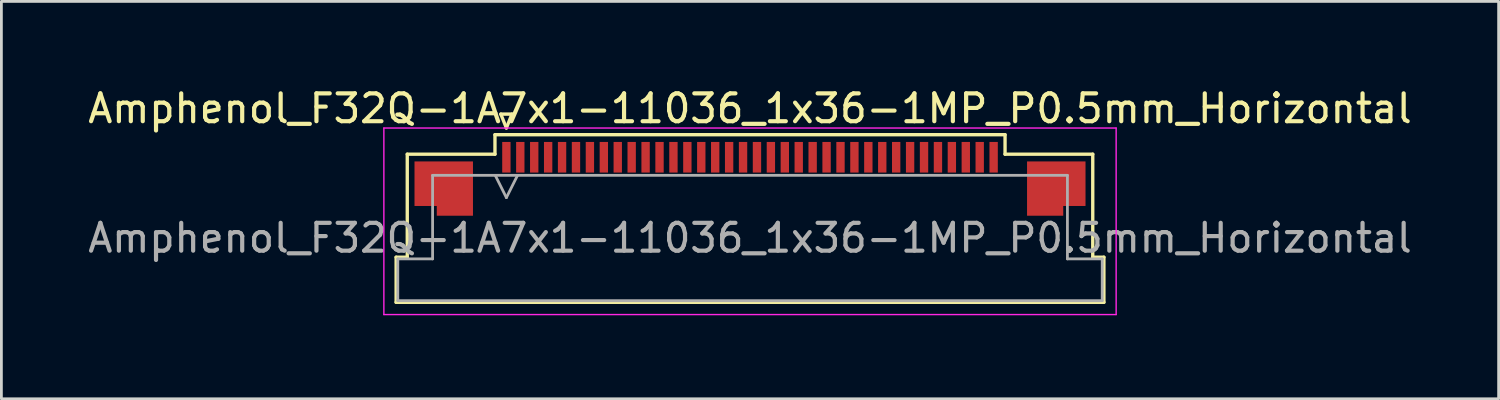
<source format=kicad_pcb>
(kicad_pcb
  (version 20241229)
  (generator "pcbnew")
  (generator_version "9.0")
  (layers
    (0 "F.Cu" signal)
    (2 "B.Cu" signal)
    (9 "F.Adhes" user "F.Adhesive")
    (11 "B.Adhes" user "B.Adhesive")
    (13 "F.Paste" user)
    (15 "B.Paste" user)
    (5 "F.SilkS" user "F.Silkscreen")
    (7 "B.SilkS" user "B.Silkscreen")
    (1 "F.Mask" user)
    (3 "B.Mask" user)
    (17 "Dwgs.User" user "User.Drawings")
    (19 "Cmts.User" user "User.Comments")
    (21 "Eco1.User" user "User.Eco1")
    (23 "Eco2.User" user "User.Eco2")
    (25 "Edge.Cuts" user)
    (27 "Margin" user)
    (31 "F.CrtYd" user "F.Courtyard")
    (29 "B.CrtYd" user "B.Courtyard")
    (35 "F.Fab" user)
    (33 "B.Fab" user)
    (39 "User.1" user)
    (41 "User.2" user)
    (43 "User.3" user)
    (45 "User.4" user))
  (footprint "Amphenol_F32Q-1A7x1-11036_1x36-1MP_P0.5mm_Horizontal"
    (layer "F.Cu")
    (at 23.887 5.498)
    (property "Reference" "Amphenol_F32Q-1A7x1-11036_1x36-1MP_P0.5mm_Horizontal" (at 0 -4.65 0) (layer "F.SilkS") (effects (font (size 1 1) (thickness 0.15))))
    (attr smd)
    (fp_line (start -12.71 0.69) (end -12.31 0.69) (stroke (width 0.12) (type solid)) (layer "F.SilkS"))
    (fp_line (start -12.71 2.31) (end -12.71 0.69) (stroke (width 0.12) (type solid)) (layer "F.SilkS"))
    (fp_line (start -12.31 -3.01) (end -9.16 -3.01) (stroke (width 0.12) (type solid)) (layer "F.SilkS"))
    (fp_line (start -12.31 0.69) (end -12.31 -3.01) (stroke (width 0.12) (type solid)) (layer "F.SilkS"))
    (fp_line (start -9.16 -3.71) (end 9.16 -3.71) (stroke (width 0.12) (type solid)) (layer "F.SilkS"))
    (fp_line (start -9.16 -3.01) (end -9.16 -3.71) (stroke (width 0.12) (type solid)) (layer "F.SilkS"))
    (fp_line (start -8.95 -4.45) (end -8.75 -3.95) (stroke (width 0.12) (type solid)) (layer "F.SilkS"))
    (fp_line (start -8.75 -3.95) (end -8.55 -4.45) (stroke (width 0.12) (type solid)) (layer "F.SilkS"))
    (fp_line (start -8.55 -4.45) (end -8.95 -4.45) (stroke (width 0.12) (type solid)) (layer "F.SilkS"))
    (fp_line (start 9.16 -3.71) (end 9.16 -3.01) (stroke (width 0.12) (type solid)) (layer "F.SilkS"))
    (fp_line (start 9.16 -3.01) (end 12.31 -3.01) (stroke (width 0.12) (type solid)) (layer "F.SilkS"))
    (fp_line (start 12.31 -3.01) (end 12.31 0.69) (stroke (width 0.12) (type solid)) (layer "F.SilkS"))
    (fp_line (start 12.31 0.69) (end 12.71 0.69) (stroke (width 0.12) (type solid)) (layer "F.SilkS"))
    (fp_line (start 12.71 0.69) (end 12.71 2.31) (stroke (width 0.12) (type solid)) (layer "F.SilkS"))
    (fp_line (start 12.71 2.31) (end -12.71 2.31) (stroke (width 0.12) (type solid)) (layer "F.SilkS"))
    (fp_line (start -13.15 -3.95) (end -13.15 2.75) (stroke (width 0.05) (type solid)) (layer "F.CrtYd"))
    (fp_line (start -13.15 2.75) (end 13.15 2.75) (stroke (width 0.05) (type solid)) (layer "F.CrtYd"))
    (fp_line (start 13.15 -3.95) (end -13.15 -3.95) (stroke (width 0.05) (type solid)) (layer "F.CrtYd"))
    (fp_line (start 13.15 2.75) (end 13.15 -3.95) (stroke (width 0.05) (type solid)) (layer "F.CrtYd"))
    (fp_line (start -12.65 0.75) (end -11.4 0.75) (stroke (width 0.1) (type solid)) (layer "F.Fab"))
    (fp_line (start -12.65 2.25) (end -12.65 0.75) (stroke (width 0.1) (type solid)) (layer "F.Fab"))
    (fp_line (start -11.4 -2.25) (end 11.4 -2.25) (stroke (width 0.1) (type solid)) (layer "F.Fab"))
    (fp_line (start -11.4 0.75) (end -11.4 -2.25) (stroke (width 0.1) (type solid)) (layer "F.Fab"))
    (fp_line (start -9.15 -2.25) (end -8.75 -1.45) (stroke (width 0.1) (type solid)) (layer "F.Fab"))
    (fp_line (start -8.75 -1.45) (end -8.35 -2.25) (stroke (width 0.1) (type solid)) (layer "F.Fab"))
    (fp_line (start 11.4 -2.25) (end 11.4 0.75) (stroke (width 0.1) (type solid)) (layer "F.Fab"))
    (fp_line (start 11.4 0.75) (end 12.65 0.75) (stroke (width 0.1) (type solid)) (layer "F.Fab"))
    (fp_line (start 12.65 0.75) (end 12.65 2.25) (stroke (width 0.1) (type solid)) (layer "F.Fab"))
    (fp_line (start 12.65 2.25) (end -12.65 2.25) (stroke (width 0.1) (type solid)) (layer "F.Fab"))
    (fp_text user "${REFERENCE}" (at 0 0 0) (layer "F.Fab") (effects (font (size 1 1) (thickness 0.15))))
    (pad "1" smd rect (at -8.75 -2.9) (size 0.3 1.1) (layers "F.Cu" "F.Mask" "F.Paste"))
    (pad "2" smd rect (at -8.25 -2.9) (size 0.3 1.1) (layers "F.Cu" "F.Mask" "F.Paste"))
    (pad "3" smd rect (at -7.75 -2.9) (size 0.3 1.1) (layers "F.Cu" "F.Mask" "F.Paste"))
    (pad "4" smd rect (at -7.25 -2.9) (size 0.3 1.1) (layers "F.Cu" "F.Mask" "F.Paste"))
    (pad "5" smd rect (at -6.75 -2.9) (size 0.3 1.1) (layers "F.Cu" "F.Mask" "F.Paste"))
    (pad "6" smd rect (at -6.25 -2.9) (size 0.3 1.1) (layers "F.Cu" "F.Mask" "F.Paste"))
    (pad "7" smd rect (at -5.75 -2.9) (size 0.3 1.1) (layers "F.Cu" "F.Mask" "F.Paste"))
    (pad "8" smd rect (at -5.25 -2.9) (size 0.3 1.1) (layers "F.Cu" "F.Mask" "F.Paste"))
    (pad "9" smd rect (at -4.75 -2.9) (size 0.3 1.1) (layers "F.Cu" "F.Mask" "F.Paste"))
    (pad "10" smd rect (at -4.25 -2.9) (size 0.3 1.1) (layers "F.Cu" "F.Mask" "F.Paste"))
    (pad "11" smd rect (at -3.75 -2.9) (size 0.3 1.1) (layers "F.Cu" "F.Mask" "F.Paste"))
    (pad "12" smd rect (at -3.25 -2.9) (size 0.3 1.1) (layers "F.Cu" "F.Mask" "F.Paste"))
    (pad "13" smd rect (at -2.75 -2.9) (size 0.3 1.1) (layers "F.Cu" "F.Mask" "F.Paste"))
    (pad "14" smd rect (at -2.25 -2.9) (size 0.3 1.1) (layers "F.Cu" "F.Mask" "F.Paste"))
    (pad "15" smd rect (at -1.75 -2.9) (size 0.3 1.1) (layers "F.Cu" "F.Mask" "F.Paste"))
    (pad "16" smd rect (at -1.25 -2.9) (size 0.3 1.1) (layers "F.Cu" "F.Mask" "F.Paste"))
    (pad "17" smd rect (at -0.75 -2.9) (size 0.3 1.1) (layers "F.Cu" "F.Mask" "F.Paste"))
    (pad "18" smd rect (at -0.25 -2.9) (size 0.3 1.1) (layers "F.Cu" "F.Mask" "F.Paste"))
    (pad "19" smd rect (at 0.25 -2.9) (size 0.3 1.1) (layers "F.Cu" "F.Mask" "F.Paste"))
    (pad "20" smd rect (at 0.75 -2.9) (size 0.3 1.1) (layers "F.Cu" "F.Mask" "F.Paste"))
    (pad "21" smd rect (at 1.25 -2.9) (size 0.3 1.1) (layers "F.Cu" "F.Mask" "F.Paste"))
    (pad "22" smd rect (at 1.75 -2.9) (size 0.3 1.1) (layers "F.Cu" "F.Mask" "F.Paste"))
    (pad "23" smd rect (at 2.25 -2.9) (size 0.3 1.1) (layers "F.Cu" "F.Mask" "F.Paste"))
    (pad "24" smd rect (at 2.75 -2.9) (size 0.3 1.1) (layers "F.Cu" "F.Mask" "F.Paste"))
    (pad "25" smd rect (at 3.25 -2.9) (size 0.3 1.1) (layers "F.Cu" "F.Mask" "F.Paste"))
    (pad "26" smd rect (at 3.75 -2.9) (size 0.3 1.1) (layers "F.Cu" "F.Mask" "F.Paste"))
    (pad "27" smd rect (at 4.25 -2.9) (size 0.3 1.1) (layers "F.Cu" "F.Mask" "F.Paste"))
    (pad "28" smd rect (at 4.75 -2.9) (size 0.3 1.1) (layers "F.Cu" "F.Mask" "F.Paste"))
    (pad "29" smd rect (at 5.25 -2.9) (size 0.3 1.1) (layers "F.Cu" "F.Mask" "F.Paste"))
    (pad "30" smd rect (at 5.75 -2.9) (size 0.3 1.1) (layers "F.Cu" "F.Mask" "F.Paste"))
    (pad "31" smd rect (at 6.25 -2.9) (size 0.3 1.1) (layers "F.Cu" "F.Mask" "F.Paste"))
    (pad "32" smd rect (at 6.75 -2.9) (size 0.3 1.1) (layers "F.Cu" "F.Mask" "F.Paste"))
    (pad "33" smd rect (at 7.25 -2.9) (size 0.3 1.1) (layers "F.Cu" "F.Mask" "F.Paste"))
    (pad "34" smd rect (at 7.75 -2.9) (size 0.3 1.1) (layers "F.Cu" "F.Mask" "F.Paste"))
    (pad "35" smd rect (at 8.25 -2.9) (size 0.3 1.1) (layers "F.Cu" "F.Mask" "F.Paste"))
    (pad "36" smd rect (at 8.75 -2.9) (size 0.3 1.1) (layers "F.Cu" "F.Mask" "F.Paste"))
    (pad "MP" smd custom (at -11 -1.775) (size 1 1) (layers "F.Cu" "F.Mask" "F.Paste") (options (anchor circle)) (primitives (gr_poly (pts (xy 1.05 -0.975) (xy 1.05 0.975) (xy -0.25 0.975) (xy -0.25 0.625) (xy -1.05 0.625) (xy -1.05 -0.975) (xy 1.05 -0.975)) (width 0) (fill yes))))
    (pad "MP" smd custom (at 11 -1.775) (size 1 1) (layers "F.Cu" "F.Mask" "F.Paste") (options (anchor circle)) (primitives (gr_poly (pts (xy -1.05 -0.975) (xy -1.05 0.975) (xy 0.25 0.975) (xy 0.25 0.625) (xy 1.05 0.625) (xy 1.05 -0.975) (xy -1.05 -0.975)) (width 0) (fill yes)))))
  (gr_rect
    (start -3 -3)
    (end 50.774 11.273)
    (stroke (width 0.1) (type default))
    (fill no)
    (layer "Edge.Cuts")))
</source>
